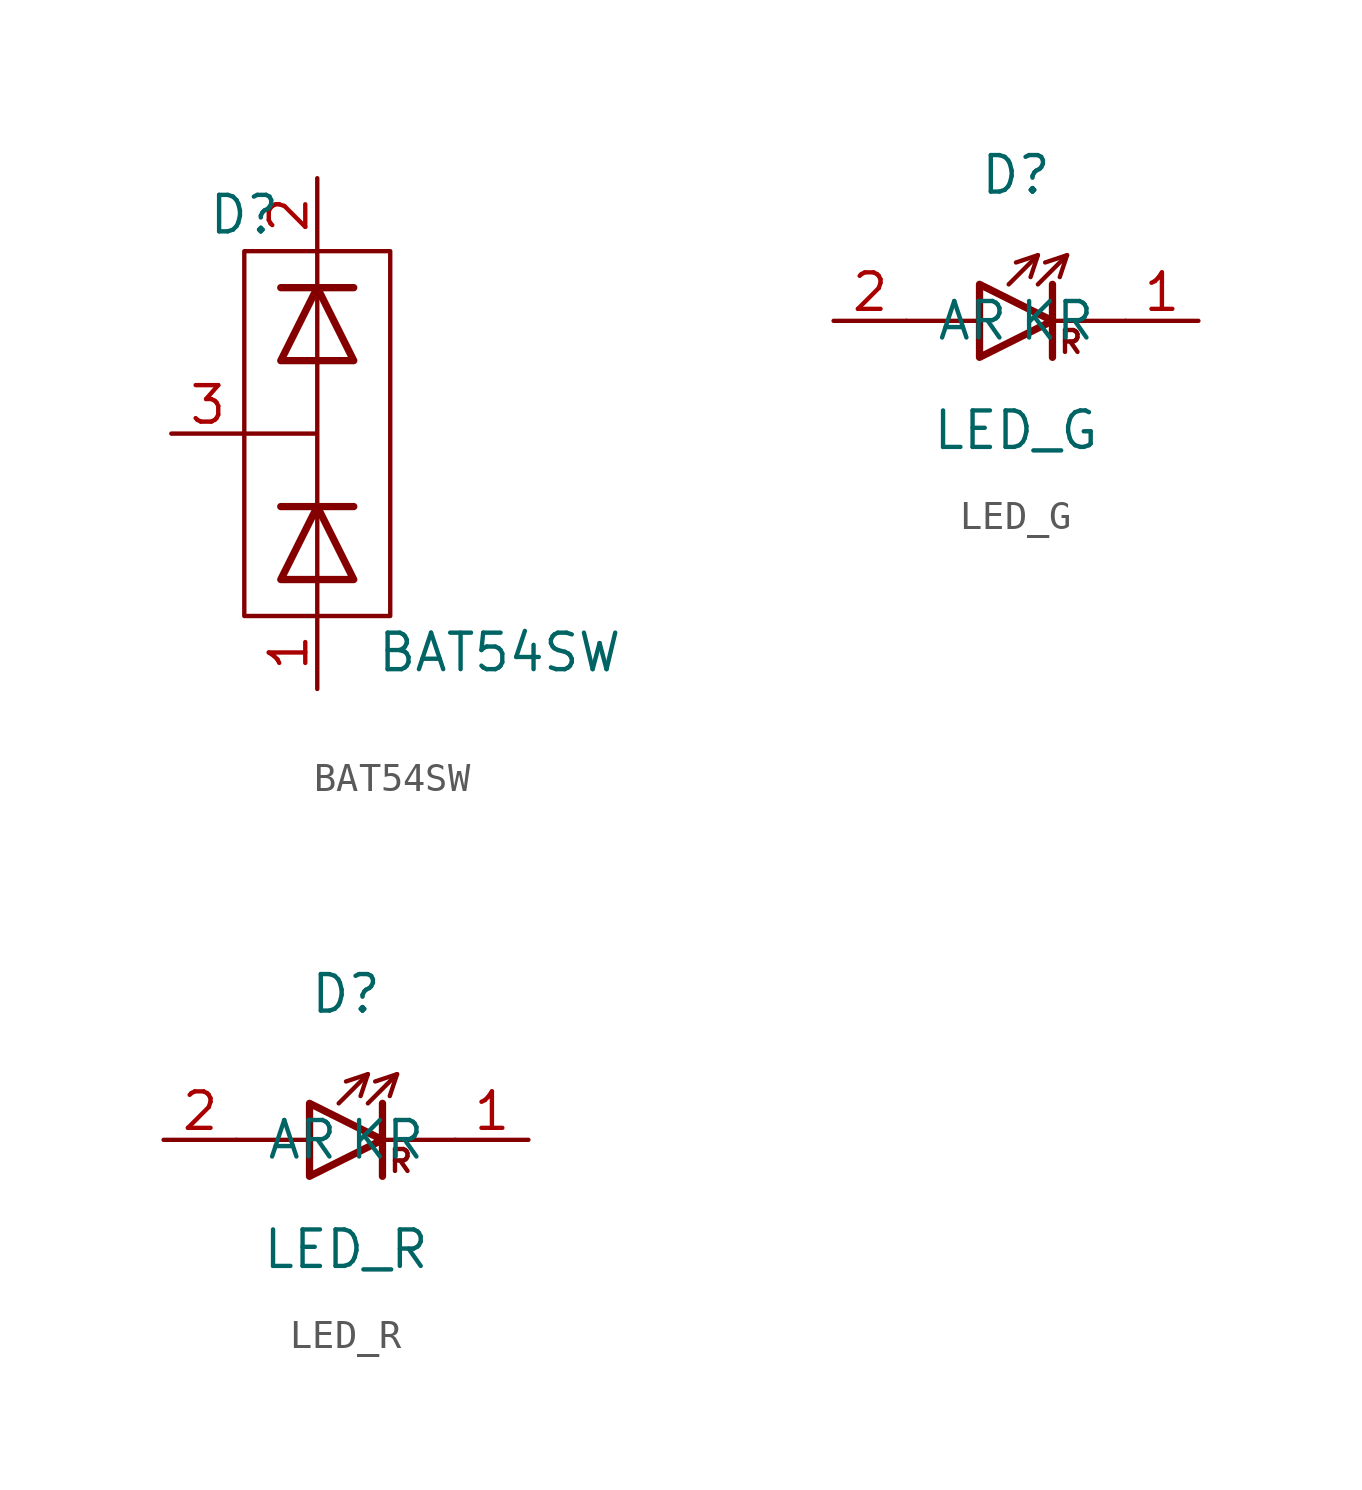
<source format=kicad_sym>
(kicad_symbol_lib
  (version 20211014)
  (generator kicad_symbol_editor)
  (symbol "BAT54SW"
    (pin_names
      (offset 1.016) hide)
    (property "Reference" "D"
      (at -2.54 7.62 0)
      (effects (font (size 1.27 1.27))))
    (property "Value" "BAT54SW"
      (at 6.35 -7.62 0)
      (effects (font (size 1.27 1.27))))
    (symbol "BAT54SW_0_1"
      (rectangle (start -2.54 6.35) (end 2.54 -6.35) (stroke (width 0) (type default) (color 0 0 0 0)) (fill (type none)))
      (polyline (pts (xy 0 -6.35) (xy 0 -5.08)) (stroke (width 0) (type default) (color 0 0 0 0)) (fill (type none)))
      (polyline (pts (xy 0 5.08) (xy 0 6.35)) (stroke (width 0) (type default) (color 0 0 0 0)) (fill (type none)))
      (polyline (pts (xy 0 2.54) (xy 0 -2.54) (xy 0 0) (xy -2.54 0)) (stroke (width 0) (type default) (color 0 0 0 0)) (fill (type none))))
    (symbol "BAT54SW_1_1"
      (polyline (pts (xy 0 -5.08) (xy 0 -2.54)) (stroke (width 0) (type default) (color 0 0 0 0)) (fill (type none)))
      (polyline (pts (xy 0 2.54) (xy 0 5.08)) (stroke (width 0) (type default) (color 0 0 0 0)) (fill (type none)))
      (polyline (pts (xy 1.27 -2.54) (xy -1.27 -2.54)) (stroke (width 0.254) (type default) (color 0 0 0 0)) (fill (type none)))
      (polyline (pts (xy 1.27 5.08) (xy -1.27 5.08)) (stroke (width 0.254) (type default) (color 0 0 0 0)) (fill (type none)))
      (polyline (pts (xy 1.27 -5.08) (xy -1.27 -5.08) (xy 0 -2.54) (xy 1.27 -5.08)) (stroke (width 0.254) (type default) (color 0 0 0 0)) (fill (type none)))
      (polyline (pts (xy 1.27 2.54) (xy -1.27 2.54) (xy 0 5.08) (xy 1.27 2.54)) (stroke (width 0.254) (type default) (color 0 0 0 0)) (fill (type none)))
      (pin passive line (at 0 -8.89 90) (length 2.54) (name "A" (effects (font (size 1.27 1.27)))) (number "1" (effects (font (size 1.27 1.27)))))
      (pin passive line (at 0 8.89 270) (length 2.54) (name "K" (effects (font (size 1.27 1.27)))) (number "2" (effects (font (size 1.27 1.27)))))
      (pin passive line (at -5.08 0 0) (length 2.54) (name "A/K" (effects (font (size 1.27 1.27)))) (number "3" (effects (font (size 1.27 1.27)))))))
  (symbol "LED_G"
    (pin_names
      (offset 1.016))
    (property "Reference" "D"
      (at 0 5.08 0)
      (effects (font (size 1.27 1.27))))
    (property "Value" "LED_G"
      (at 0 -3.81 0)
      (effects (font (size 1.27 1.27))))
    (symbol "LED_G_1_1"
      (polyline (pts (xy -3.81 0) (xy -1.27 0)) (stroke (width 0) (type default) (color 0 0 0 0)) (fill (type none)))
      (polyline (pts (xy -0.254 1.27) (xy 0.762 2.286)) (stroke (width 0) (type default) (color 0 0 0 0)) (fill (type none)))
      (polyline (pts (xy 0.762 1.27) (xy 1.778 2.286)) (stroke (width 0) (type default) (color 0 0 0 0)) (fill (type none)))
      (polyline (pts (xy 1.27 0) (xy 3.81 0)) (stroke (width 0) (type default) (color 0 0 0 0)) (fill (type none)))
      (polyline (pts (xy 1.27 1.27) (xy 1.27 -1.27)) (stroke (width 0.254) (type default) (color 0 0 0 0)) (fill (type none)))
      (polyline (pts (xy 0 2.032) (xy 0.762 2.286) (xy 0.508 1.524)) (stroke (width 0) (type default) (color 0 0 0 0)) (fill (type none)))
      (polyline (pts (xy 1.016 2.032) (xy 1.778 2.286) (xy 1.524 1.524)) (stroke (width 0) (type default) (color 0 0 0 0)) (fill (type none)))
      (polyline (pts (xy -1.27 1.27) (xy -1.27 -1.27) (xy 1.27 0) (xy -1.27 1.27)) (stroke (width 0.254) (type default) (color 0 0 0 0)) (fill (type none)))
      (text "R" (at 1.905 -0.737 0) (effects (font (size 0.762 0.762))))
      (pin passive line (at 6.35 0 180) (length 2.54) (name "KR" (effects (font (size 1.27 1.27)))) (number "1" (effects (font (size 1.27 1.27)))))
      (pin passive line (at -6.35 0 0) (length 2.54) (name "AR" (effects (font (size 1.27 1.27)))) (number "2" (effects (font (size 1.27 1.27)))))))
  (symbol "LED_R"
    (pin_names
      (offset 1.016))
    (property "Reference" "D"
      (at 0 5.08 0)
      (effects (font (size 1.27 1.27))))
    (property "Value" "LED_R"
      (at 0 -3.81 0)
      (effects (font (size 1.27 1.27))))
    (symbol "LED_R_1_1"
      (polyline (pts (xy -3.81 0) (xy -1.27 0)) (stroke (width 0) (type default) (color 0 0 0 0)) (fill (type none)))
      (polyline (pts (xy -0.254 1.27) (xy 0.762 2.286)) (stroke (width 0) (type default) (color 0 0 0 0)) (fill (type none)))
      (polyline (pts (xy 0.762 1.27) (xy 1.778 2.286)) (stroke (width 0) (type default) (color 0 0 0 0)) (fill (type none)))
      (polyline (pts (xy 1.27 0) (xy 3.81 0)) (stroke (width 0) (type default) (color 0 0 0 0)) (fill (type none)))
      (polyline (pts (xy 1.27 1.27) (xy 1.27 -1.27)) (stroke (width 0.254) (type default) (color 0 0 0 0)) (fill (type none)))
      (polyline (pts (xy 0 2.032) (xy 0.762 2.286) (xy 0.508 1.524)) (stroke (width 0) (type default) (color 0 0 0 0)) (fill (type none)))
      (polyline (pts (xy 1.016 2.032) (xy 1.778 2.286) (xy 1.524 1.524)) (stroke (width 0) (type default) (color 0 0 0 0)) (fill (type none)))
      (polyline (pts (xy -1.27 1.27) (xy -1.27 -1.27) (xy 1.27 0) (xy -1.27 1.27)) (stroke (width 0.254) (type default) (color 0 0 0 0)) (fill (type none)))
      (text "R" (at 1.905 -0.737 0) (effects (font (size 0.762 0.762))))
      (pin passive line (at 6.35 0 180) (length 2.54) (name "KR" (effects (font (size 1.27 1.27)))) (number "1" (effects (font (size 1.27 1.27)))))
      (pin passive line (at -6.35 0 0) (length 2.54) (name "AR" (effects (font (size 1.27 1.27)))) (number "2" (effects (font (size 1.27 1.27))))))))
</source>
